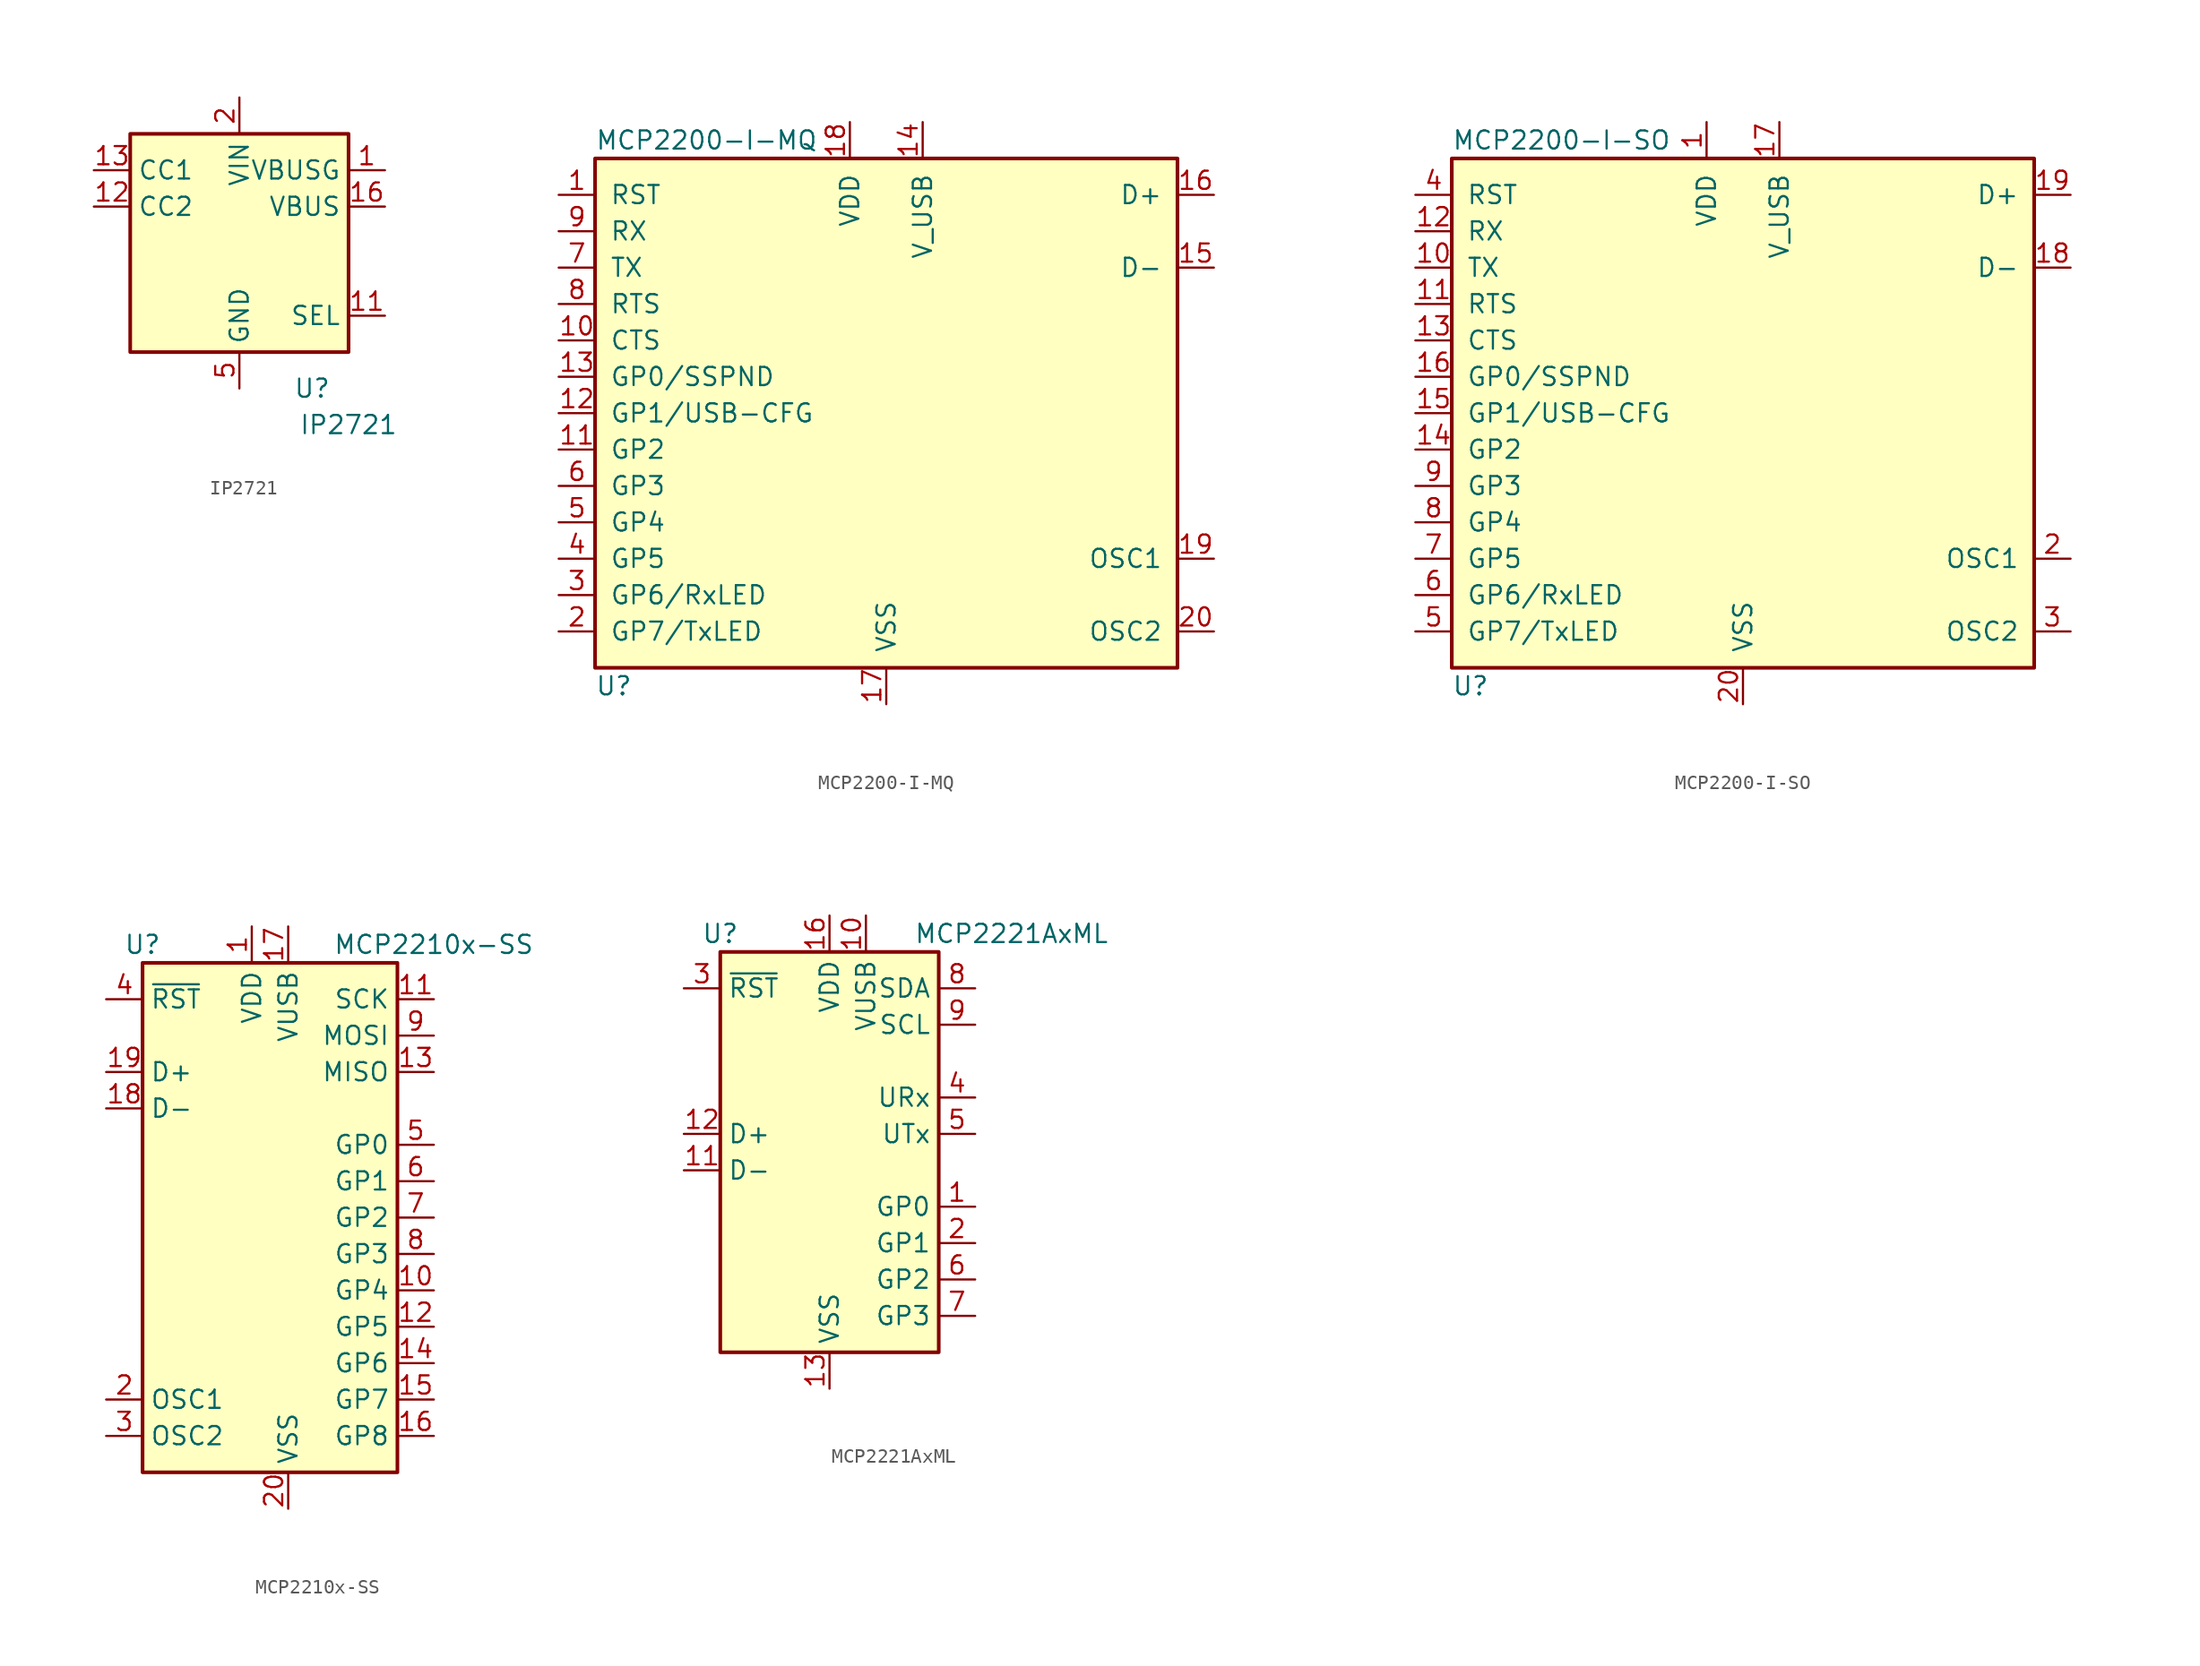
<source format=kicad_sym>
(kicad_symbol_lib
  (version 20220914)
  (generator kicad_symbol_editor)
  (symbol "IP2721"
    (property "Reference" "U"
      (at 5.08 -10.16 0)
      (effects (font (size 1.27 1.27))))
    (property "Value" "IP2721"
      (at 7.62 -12.7 0)
      (effects (font (size 1.27 1.27))))
    (symbol "IP2721_0_1"
      (rectangle (start -7.62 7.62) (end 7.62 -7.62) (stroke (width 0.254) (type default)) (fill (type background))))
    (symbol "IP2721_1_1"
      (pin output line (at 10.16 5.08 180) (length 2.54) (name "VBUSG" (effects (font (size 1.27 1.27)))) (number "1" (effects (font (size 1.27 1.27)))))
      (pin no_connect line (at -2.54 -7.62 90) (length 2.54) hide (name "NC" (effects (font (size 1.27 1.27)))) (number "10" (effects (font (size 1.27 1.27)))))
      (pin input line (at 10.16 -5.08 180) (length 2.54) (name "SEL" (effects (font (size 1.27 1.27)))) (number "11" (effects (font (size 1.27 1.27)))))
      (pin bidirectional line (at -10.16 2.54 0) (length 2.54) (name "CC2" (effects (font (size 1.27 1.27)))) (number "12" (effects (font (size 1.27 1.27)))))
      (pin bidirectional line (at -10.16 5.08 0) (length 2.54) (name "CC1" (effects (font (size 1.27 1.27)))) (number "13" (effects (font (size 1.27 1.27)))))
      (pin no_connect line (at 2.54 -7.62 90) (length 2.54) hide (name "NC" (effects (font (size 1.27 1.27)))) (number "14" (effects (font (size 1.27 1.27)))))
      (pin no_connect line (at 5.08 -7.62 90) (length 2.54) hide (name "NC" (effects (font (size 1.27 1.27)))) (number "15" (effects (font (size 1.27 1.27)))))
      (pin input line (at 10.16 2.54 180) (length 2.54) (name "VBUS" (effects (font (size 1.27 1.27)))) (number "16" (effects (font (size 1.27 1.27)))))
      (pin power_in line (at 0 10.16 270) (length 2.54) (name "VIN" (effects (font (size 1.27 1.27)))) (number "2" (effects (font (size 1.27 1.27)))))
      (pin no_connect line (at -5.08 7.62 270) (length 2.54) hide (name "NC" (effects (font (size 1.27 1.27)))) (number "3" (effects (font (size 1.27 1.27)))))
      (pin no_connect line (at -7.62 -2.54 0) (length 2.54) hide (name "NC" (effects (font (size 1.27 1.27)))) (number "4" (effects (font (size 1.27 1.27)))))
      (pin power_in line (at 0 -10.16 90) (length 2.54) (name "GND" (effects (font (size 1.27 1.27)))) (number "5" (effects (font (size 1.27 1.27)))))
      (pin no_connect line (at -2.54 7.62 270) (length 2.54) hide (name "NC" (effects (font (size 1.27 1.27)))) (number "6" (effects (font (size 1.27 1.27)))))
      (pin no_connect line (at 2.54 7.62 90) (length 2.54) hide (name "NC" (effects (font (size 1.27 1.27)))) (number "7" (effects (font (size 1.27 1.27)))))
      (pin no_connect line (at 5.08 7.62 90) (length 2.54) hide (name "NC" (effects (font (size 1.27 1.27)))) (number "8" (effects (font (size 1.27 1.27)))))
      (pin no_connect line (at -5.08 -7.62 90) (length 2.54) hide (name "NC" (effects (font (size 1.27 1.27)))) (number "9" (effects (font (size 1.27 1.27)))))))
  (symbol "MCP2200-I-MQ"
    (pin_names
      (offset 1.016))
    (property "Reference" "U"
      (at -20.32 -19.05 0)
      (effects (font (size 1.27 1.27)) (justify left)))
    (property "Value" "MCP2200-I-MQ"
      (at -20.32 19.05 0)
      (effects (font (size 1.27 1.27)) (justify left)))
    (symbol "MCP2200-I-MQ_0_1"
      (rectangle (start -20.32 17.78) (end 20.32 -17.78) (stroke (width 0.254) (type default)) (fill (type background))))
    (symbol "MCP2200-I-MQ_1_1"
      (pin input line (at -22.86 15.24 0) (length 2.54) (name "RST" (effects (font (size 1.27 1.27)))) (number "1" (effects (font (size 1.27 1.27)))))
      (pin input line (at -22.86 5.08 0) (length 2.54) (name "CTS" (effects (font (size 1.27 1.27)))) (number "10" (effects (font (size 1.27 1.27)))))
      (pin bidirectional line (at -22.86 -2.54 0) (length 2.54) (name "GP2" (effects (font (size 1.27 1.27)))) (number "11" (effects (font (size 1.27 1.27)))))
      (pin bidirectional line (at -22.86 0 0) (length 2.54) (name "GP1/USB-CFG" (effects (font (size 1.27 1.27)))) (number "12" (effects (font (size 1.27 1.27)))))
      (pin bidirectional line (at -22.86 2.54 0) (length 2.54) (name "GP0/SSPND" (effects (font (size 1.27 1.27)))) (number "13" (effects (font (size 1.27 1.27)))))
      (pin power_in line (at 2.54 20.32 270) (length 2.54) (name "V_USB" (effects (font (size 1.27 1.27)))) (number "14" (effects (font (size 1.27 1.27)))))
      (pin bidirectional line (at 22.86 10.16 180) (length 2.54) (name "D-" (effects (font (size 1.27 1.27)))) (number "15" (effects (font (size 1.27 1.27)))))
      (pin bidirectional line (at 22.86 15.24 180) (length 2.54) (name "D+" (effects (font (size 1.27 1.27)))) (number "16" (effects (font (size 1.27 1.27)))))
      (pin power_in line (at 0 -20.32 90) (length 2.54) (name "VSS" (effects (font (size 1.27 1.27)))) (number "17" (effects (font (size 1.27 1.27)))))
      (pin power_in line (at -2.54 20.32 270) (length 2.54) (name "VDD" (effects (font (size 1.27 1.27)))) (number "18" (effects (font (size 1.27 1.27)))))
      (pin input line (at 22.86 -10.16 180) (length 2.54) (name "OSC1" (effects (font (size 1.27 1.27)))) (number "19" (effects (font (size 1.27 1.27)))))
      (pin bidirectional line (at -22.86 -15.24 0) (length 2.54) (name "GP7/TxLED" (effects (font (size 1.27 1.27)))) (number "2" (effects (font (size 1.27 1.27)))))
      (pin output line (at 22.86 -15.24 180) (length 2.54) (name "OSC2" (effects (font (size 1.27 1.27)))) (number "20" (effects (font (size 1.27 1.27)))))
      (pin no_connect line (at 20.32 0 180) (length 2.54) hide (name "EP" (effects (font (size 1.27 1.27)))) (number "21" (effects (font (size 1.27 1.27)))))
      (pin bidirectional line (at -22.86 -12.7 0) (length 2.54) (name "GP6/RxLED" (effects (font (size 1.27 1.27)))) (number "3" (effects (font (size 1.27 1.27)))))
      (pin bidirectional line (at -22.86 -10.16 0) (length 2.54) (name "GP5" (effects (font (size 1.27 1.27)))) (number "4" (effects (font (size 1.27 1.27)))))
      (pin bidirectional line (at -22.86 -7.62 0) (length 2.54) (name "GP4" (effects (font (size 1.27 1.27)))) (number "5" (effects (font (size 1.27 1.27)))))
      (pin bidirectional line (at -22.86 -5.08 0) (length 2.54) (name "GP3" (effects (font (size 1.27 1.27)))) (number "6" (effects (font (size 1.27 1.27)))))
      (pin output line (at -22.86 10.16 0) (length 2.54) (name "TX" (effects (font (size 1.27 1.27)))) (number "7" (effects (font (size 1.27 1.27)))))
      (pin output line (at -22.86 7.62 0) (length 2.54) (name "RTS" (effects (font (size 1.27 1.27)))) (number "8" (effects (font (size 1.27 1.27)))))
      (pin input line (at -22.86 12.7 0) (length 2.54) (name "RX" (effects (font (size 1.27 1.27)))) (number "9" (effects (font (size 1.27 1.27)))))))
  (symbol "MCP2200-I-SO"
    (pin_names
      (offset 1.016))
    (property "Reference" "U"
      (at -20.32 -19.05 0)
      (effects (font (size 1.27 1.27)) (justify left)))
    (property "Value" "MCP2200-I-SO"
      (at -20.32 19.05 0)
      (effects (font (size 1.27 1.27)) (justify left)))
    (symbol "MCP2200-I-SO_0_1"
      (rectangle (start -20.32 17.78) (end 20.32 -17.78) (stroke (width 0.254) (type default)) (fill (type background))))
    (symbol "MCP2200-I-SO_1_1"
      (pin power_in line (at -2.54 20.32 270) (length 2.54) (name "VDD" (effects (font (size 1.27 1.27)))) (number "1" (effects (font (size 1.27 1.27)))))
      (pin output line (at -22.86 10.16 0) (length 2.54) (name "TX" (effects (font (size 1.27 1.27)))) (number "10" (effects (font (size 1.27 1.27)))))
      (pin output line (at -22.86 7.62 0) (length 2.54) (name "RTS" (effects (font (size 1.27 1.27)))) (number "11" (effects (font (size 1.27 1.27)))))
      (pin input line (at -22.86 12.7 0) (length 2.54) (name "RX" (effects (font (size 1.27 1.27)))) (number "12" (effects (font (size 1.27 1.27)))))
      (pin input line (at -22.86 5.08 0) (length 2.54) (name "CTS" (effects (font (size 1.27 1.27)))) (number "13" (effects (font (size 1.27 1.27)))))
      (pin bidirectional line (at -22.86 -2.54 0) (length 2.54) (name "GP2" (effects (font (size 1.27 1.27)))) (number "14" (effects (font (size 1.27 1.27)))))
      (pin bidirectional line (at -22.86 0 0) (length 2.54) (name "GP1/USB-CFG" (effects (font (size 1.27 1.27)))) (number "15" (effects (font (size 1.27 1.27)))))
      (pin bidirectional line (at -22.86 2.54 0) (length 2.54) (name "GP0/SSPND" (effects (font (size 1.27 1.27)))) (number "16" (effects (font (size 1.27 1.27)))))
      (pin power_in line (at 2.54 20.32 270) (length 2.54) (name "V_USB" (effects (font (size 1.27 1.27)))) (number "17" (effects (font (size 1.27 1.27)))))
      (pin bidirectional line (at 22.86 10.16 180) (length 2.54) (name "D-" (effects (font (size 1.27 1.27)))) (number "18" (effects (font (size 1.27 1.27)))))
      (pin bidirectional line (at 22.86 15.24 180) (length 2.54) (name "D+" (effects (font (size 1.27 1.27)))) (number "19" (effects (font (size 1.27 1.27)))))
      (pin input line (at 22.86 -10.16 180) (length 2.54) (name "OSC1" (effects (font (size 1.27 1.27)))) (number "2" (effects (font (size 1.27 1.27)))))
      (pin power_in line (at 0 -20.32 90) (length 2.54) (name "VSS" (effects (font (size 1.27 1.27)))) (number "20" (effects (font (size 1.27 1.27)))))
      (pin output line (at 22.86 -15.24 180) (length 2.54) (name "OSC2" (effects (font (size 1.27 1.27)))) (number "3" (effects (font (size 1.27 1.27)))))
      (pin input line (at -22.86 15.24 0) (length 2.54) (name "RST" (effects (font (size 1.27 1.27)))) (number "4" (effects (font (size 1.27 1.27)))))
      (pin bidirectional line (at -22.86 -15.24 0) (length 2.54) (name "GP7/TxLED" (effects (font (size 1.27 1.27)))) (number "5" (effects (font (size 1.27 1.27)))))
      (pin bidirectional line (at -22.86 -12.7 0) (length 2.54) (name "GP6/RxLED" (effects (font (size 1.27 1.27)))) (number "6" (effects (font (size 1.27 1.27)))))
      (pin bidirectional line (at -22.86 -10.16 0) (length 2.54) (name "GP5" (effects (font (size 1.27 1.27)))) (number "7" (effects (font (size 1.27 1.27)))))
      (pin bidirectional line (at -22.86 -7.62 0) (length 2.54) (name "GP4" (effects (font (size 1.27 1.27)))) (number "8" (effects (font (size 1.27 1.27)))))
      (pin bidirectional line (at -22.86 -5.08 0) (length 2.54) (name "GP3" (effects (font (size 1.27 1.27)))) (number "9" (effects (font (size 1.27 1.27)))))))
  (symbol "MCP2210x-SS"
    (property "Reference" "U"
      (at -10.16 19.05 0)
      (effects (font (size 1.27 1.27))))
    (property "Value" "MCP2210x-SS"
      (at 10.16 19.05 0)
      (effects (font (size 1.27 1.27))))
    (symbol "MCP2210x-SS_0_1"
      (rectangle (start -10.16 17.78) (end 7.62 -17.78) (stroke (width 0.254) (type default)) (fill (type background))))
    (symbol "MCP2210x-SS_1_1"
      (pin power_in line (at -2.54 20.32 270) (length 2.54) (name "VDD" (effects (font (size 1.27 1.27)))) (number "1" (effects (font (size 1.27 1.27)))))
      (pin bidirectional line (at 10.16 -5.08 180) (length 2.54) (name "GP4" (effects (font (size 1.27 1.27)))) (number "10" (effects (font (size 1.27 1.27)))))
      (pin output line (at 10.16 15.24 180) (length 2.54) (name "SCK" (effects (font (size 1.27 1.27)))) (number "11" (effects (font (size 1.27 1.27)))))
      (pin bidirectional line (at 10.16 -7.62 180) (length 2.54) (name "GP5" (effects (font (size 1.27 1.27)))) (number "12" (effects (font (size 1.27 1.27)))))
      (pin input line (at 10.16 10.16 180) (length 2.54) (name "MISO" (effects (font (size 1.27 1.27)))) (number "13" (effects (font (size 1.27 1.27)))))
      (pin bidirectional line (at 10.16 -10.16 180) (length 2.54) (name "GP6" (effects (font (size 1.27 1.27)))) (number "14" (effects (font (size 1.27 1.27)))))
      (pin bidirectional line (at 10.16 -12.7 180) (length 2.54) (name "GP7" (effects (font (size 1.27 1.27)))) (number "15" (effects (font (size 1.27 1.27)))))
      (pin bidirectional line (at 10.16 -15.24 180) (length 2.54) (name "GP8" (effects (font (size 1.27 1.27)))) (number "16" (effects (font (size 1.27 1.27)))))
      (pin passive line (at 0 20.32 270) (length 2.54) (name "VUSB" (effects (font (size 1.27 1.27)))) (number "17" (effects (font (size 1.27 1.27)))))
      (pin bidirectional line (at -12.7 7.62 0) (length 2.54) (name "D-" (effects (font (size 1.27 1.27)))) (number "18" (effects (font (size 1.27 1.27)))))
      (pin bidirectional line (at -12.7 10.16 0) (length 2.54) (name "D+" (effects (font (size 1.27 1.27)))) (number "19" (effects (font (size 1.27 1.27)))))
      (pin input line (at -12.7 -12.7 0) (length 2.54) (name "OSC1" (effects (font (size 1.27 1.27)))) (number "2" (effects (font (size 1.27 1.27)))))
      (pin power_in line (at 0 -20.32 90) (length 2.54) (name "VSS" (effects (font (size 1.27 1.27)))) (number "20" (effects (font (size 1.27 1.27)))))
      (pin output line (at -12.7 -15.24 0) (length 2.54) (name "OSC2" (effects (font (size 1.27 1.27)))) (number "3" (effects (font (size 1.27 1.27)))))
      (pin input line (at -12.7 15.24 0) (length 2.54) (name "~{RST}" (effects (font (size 1.27 1.27)))) (number "4" (effects (font (size 1.27 1.27)))))
      (pin bidirectional line (at 10.16 5.08 180) (length 2.54) (name "GP0" (effects (font (size 1.27 1.27)))) (number "5" (effects (font (size 1.27 1.27)))))
      (pin bidirectional line (at 10.16 2.54 180) (length 2.54) (name "GP1" (effects (font (size 1.27 1.27)))) (number "6" (effects (font (size 1.27 1.27)))))
      (pin bidirectional line (at 10.16 0 180) (length 2.54) (name "GP2" (effects (font (size 1.27 1.27)))) (number "7" (effects (font (size 1.27 1.27)))))
      (pin bidirectional line (at 10.16 -2.54 180) (length 2.54) (name "GP3" (effects (font (size 1.27 1.27)))) (number "8" (effects (font (size 1.27 1.27)))))
      (pin output line (at 10.16 12.7 180) (length 2.54) (name "MOSI" (effects (font (size 1.27 1.27)))) (number "9" (effects (font (size 1.27 1.27)))))))
  (symbol "MCP2221AxML"
    (property "Reference" "U"
      (at -7.62 16.51 0)
      (effects (font (size 1.27 1.27))))
    (property "Value" "MCP2221AxML"
      (at 12.7 16.51 0)
      (effects (font (size 1.27 1.27))))
    (symbol "MCP2221AxML_0_1"
      (rectangle (start -7.62 15.24) (end 7.62 -12.7) (stroke (width 0.254) (type default)) (fill (type background))))
    (symbol "MCP2221AxML_1_1"
      (pin bidirectional line (at 10.16 -2.54 180) (length 2.54) (name "GP0" (effects (font (size 1.27 1.27)))) (number "1" (effects (font (size 1.27 1.27)))))
      (pin passive line (at 2.54 17.78 270) (length 2.54) (name "VUSB" (effects (font (size 1.27 1.27)))) (number "10" (effects (font (size 1.27 1.27)))))
      (pin bidirectional line (at -10.16 0 0) (length 2.54) (name "D-" (effects (font (size 1.27 1.27)))) (number "11" (effects (font (size 1.27 1.27)))))
      (pin bidirectional line (at -10.16 2.54 0) (length 2.54) (name "D+" (effects (font (size 1.27 1.27)))) (number "12" (effects (font (size 1.27 1.27)))))
      (pin power_in line (at 0 -15.24 90) (length 2.54) (name "VSS" (effects (font (size 1.27 1.27)))) (number "13" (effects (font (size 1.27 1.27)))))
      (pin no_connect line (at -7.62 -2.54 0) (length 2.54) hide (name "NC" (effects (font (size 1.27 1.27)))) (number "14" (effects (font (size 1.27 1.27)))))
      (pin no_connect line (at -7.62 -5.08 0) (length 2.54) hide (name "NC" (effects (font (size 1.27 1.27)))) (number "15" (effects (font (size 1.27 1.27)))))
      (pin power_in line (at 0 17.78 270) (length 2.54) (name "VDD" (effects (font (size 1.27 1.27)))) (number "16" (effects (font (size 1.27 1.27)))))
      (pin no_connect line (at -7.62 -7.62 0) (length 2.54) hide (name "NC" (effects (font (size 1.27 1.27)))) (number "17" (effects (font (size 1.27 1.27)))))
      (pin bidirectional line (at 10.16 -5.08 180) (length 2.54) (name "GP1" (effects (font (size 1.27 1.27)))) (number "2" (effects (font (size 1.27 1.27)))))
      (pin input line (at -10.16 12.7 0) (length 2.54) (name "~{RST}" (effects (font (size 1.27 1.27)))) (number "3" (effects (font (size 1.27 1.27)))))
      (pin input line (at 10.16 5.08 180) (length 2.54) (name "URx" (effects (font (size 1.27 1.27)))) (number "4" (effects (font (size 1.27 1.27)))))
      (pin output line (at 10.16 2.54 180) (length 2.54) (name "UTx" (effects (font (size 1.27 1.27)))) (number "5" (effects (font (size 1.27 1.27)))))
      (pin bidirectional line (at 10.16 -7.62 180) (length 2.54) (name "GP2" (effects (font (size 1.27 1.27)))) (number "6" (effects (font (size 1.27 1.27)))))
      (pin bidirectional line (at 10.16 -10.16 180) (length 2.54) (name "GP3" (effects (font (size 1.27 1.27)))) (number "7" (effects (font (size 1.27 1.27)))))
      (pin bidirectional line (at 10.16 12.7 180) (length 2.54) (name "SDA" (effects (font (size 1.27 1.27)))) (number "8" (effects (font (size 1.27 1.27)))))
      (pin bidirectional line (at 10.16 10.16 180) (length 2.54) (name "SCL" (effects (font (size 1.27 1.27)))) (number "9" (effects (font (size 1.27 1.27))))))))
</source>
